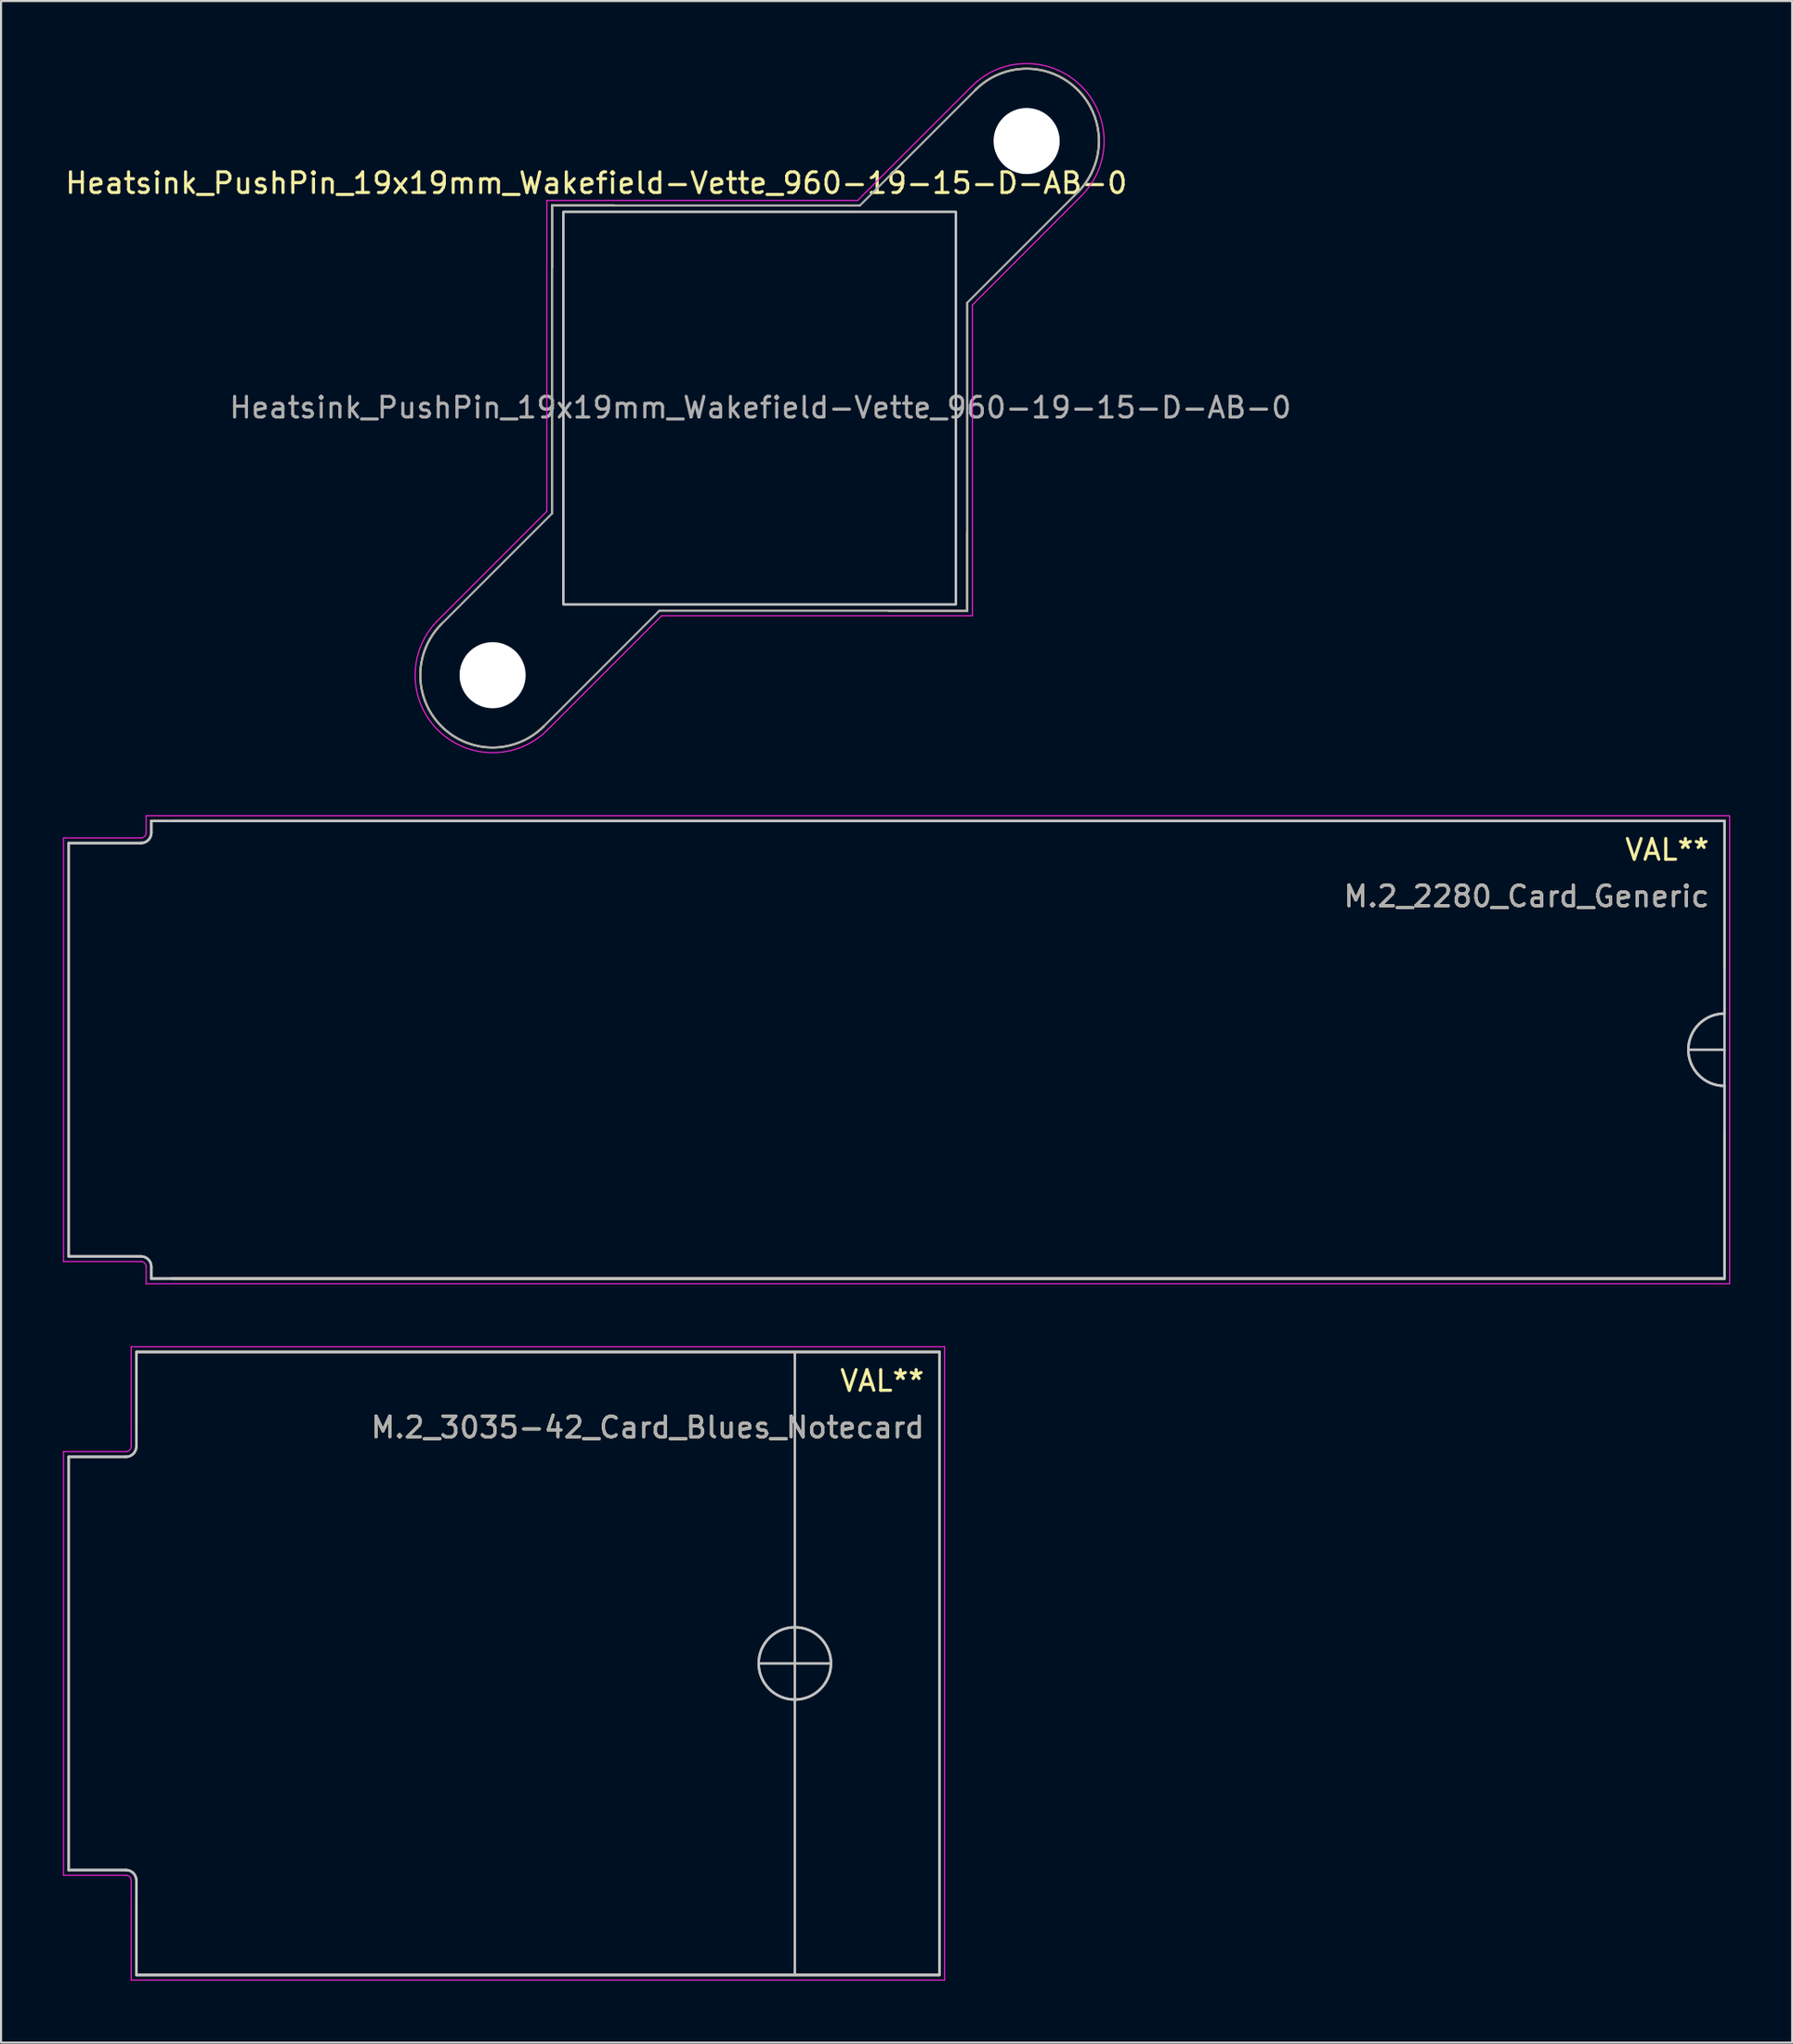
<source format=kicad_pcb>
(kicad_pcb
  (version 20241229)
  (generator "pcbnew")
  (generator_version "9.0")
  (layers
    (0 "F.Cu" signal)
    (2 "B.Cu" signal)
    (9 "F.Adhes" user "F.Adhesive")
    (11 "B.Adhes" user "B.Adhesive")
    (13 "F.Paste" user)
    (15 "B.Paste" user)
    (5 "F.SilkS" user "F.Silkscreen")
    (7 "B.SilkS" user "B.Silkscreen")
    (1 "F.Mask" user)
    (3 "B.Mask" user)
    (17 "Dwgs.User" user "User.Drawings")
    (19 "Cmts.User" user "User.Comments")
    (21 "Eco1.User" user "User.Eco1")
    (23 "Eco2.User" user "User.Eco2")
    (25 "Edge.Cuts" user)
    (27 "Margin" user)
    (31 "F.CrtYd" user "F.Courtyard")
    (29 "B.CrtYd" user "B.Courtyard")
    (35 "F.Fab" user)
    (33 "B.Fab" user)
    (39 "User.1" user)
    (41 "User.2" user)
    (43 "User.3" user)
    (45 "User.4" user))
  (footprint "M.2_2280_Card_Generic"
    (layer "F.Cu")
    (at 40.35 47.75)
    (property "Reference" "M.2_2280_Card_Generic" (at 39.425 -7.425 0) (unlocked yes) (layer "F.SilkS") (effects (font (size 1 1) (thickness 0.15)) (justify right)))
    (property "Value" "VAL**" (at 39.425 -9.675 0) (unlocked yes) (layer "F.Fab") (hide yes) (effects (font (size 1 1) (thickness 0.15)) (justify right)))
    (fp_line (start -35.075 -11.075) (end 40.075 -11.075) (stroke (width 0.12) (type default)) (layer "F.SilkS"))
    (fp_line (start -35.075 11.075) (end 40.075 11.075) (stroke (width 0.12) (type default)) (layer "F.SilkS"))
    (fp_line (start 40.075 -11.075) (end 40.075 -4) (stroke (width 0.12) (type default)) (layer "F.SilkS"))
    (fp_line (start 40.075 11.075) (end 40.075 4) (stroke (width 0.12) (type default)) (layer "F.SilkS"))
    (fp_line (start -40.075 -10) (end -40.075 10) (stroke (width 0.12) (type default)) (layer "Dwgs.User"))
    (fp_line (start -40.075 -10) (end -36.575 -10) (stroke (width 0.12) (type default)) (layer "Dwgs.User"))
    (fp_line (start -40.075 10) (end -36.575 10) (stroke (width 0.12) (type default)) (layer "Dwgs.User"))
    (fp_line (start -36.075 -11.075) (end 40.075 -11.075) (stroke (width 0.12) (type default)) (layer "Dwgs.User"))
    (fp_line (start -36.075 -10.5) (end -36.075 -11.075) (stroke (width 0.12) (type default)) (layer "Dwgs.User"))
    (fp_line (start -36.075 10.5) (end -36.075 11.075) (stroke (width 0.12) (type default)) (layer "Dwgs.User"))
    (fp_line (start -36.075 11.075) (end 40.075 11.075) (stroke (width 0.12) (type default)) (layer "Dwgs.User"))
    (fp_line (start 38.325 0) (end 40.075 0) (stroke (width 0.12) (type default)) (layer "Dwgs.User"))
    (fp_line (start 40.075 -11.075) (end 40.075 11.075) (stroke (width 0.12) (type default)) (layer "Dwgs.User"))
    (fp_arc (start -36.575 10) (mid -36.221447 10.146447) (end -36.075 10.5) (stroke (width 0.12) (type default)) (layer "Dwgs.User"))
    (fp_arc (start -36.075 -10.5) (mid -36.221447 -10.146447) (end -36.575 -10) (stroke (width 0.12) (type default)) (layer "Dwgs.User"))
    (fp_arc (start 40.075 1.75) (mid 38.325 0) (end 40.075 -1.75) (stroke (width 0.12) (type default)) (layer "Dwgs.User"))
    (fp_line (start -40.325 -10.25) (end -40.325 10.25) (stroke (width 0.05) (type default)) (layer "F.CrtYd"))
    (fp_line (start -36.575 -10.25) (end -40.325 -10.25) (stroke (width 0.05) (type default)) (layer "F.CrtYd"))
    (fp_line (start -36.575 10.25) (end -40.325 10.25) (stroke (width 0.05) (type default)) (layer "F.CrtYd"))
    (fp_line (start -36.325 -11.325) (end -36.325 -10.5) (stroke (width 0.05) (type default)) (layer "F.CrtYd"))
    (fp_line (start -36.325 11.325) (end -36.325 10.5) (stroke (width 0.05) (type default)) (layer "F.CrtYd"))
    (fp_line (start 40.325 -11.325) (end -36.325 -11.325) (stroke (width 0.05) (type default)) (layer "F.CrtYd"))
    (fp_line (start 40.325 -11.325) (end 40.325 11.325) (stroke (width 0.05) (type default)) (layer "F.CrtYd"))
    (fp_line (start 40.325 11.325) (end -36.325 11.325) (stroke (width 0.05) (type default)) (layer "F.CrtYd"))
    (fp_arc (start -36.575 10.25) (mid -36.398223 10.323223) (end -36.325 10.5) (stroke (width 0.05) (type default)) (layer "F.CrtYd"))
    (fp_arc (start -36.325 -10.5) (mid -36.398223 -10.323223) (end -36.575 -10.25) (stroke (width 0.05) (type default)) (layer "F.CrtYd"))
    (fp_line (start -40.075 -10) (end -40.075 10) (stroke (width 0.12) (type default)) (layer "F.Fab"))
    (fp_line (start -40.075 -10) (end -36.575 -10) (stroke (width 0.12) (type default)) (layer "F.Fab"))
    (fp_line (start -40.075 10) (end -36.575 10) (stroke (width 0.12) (type default)) (layer "F.Fab"))
    (fp_line (start -36.075 -11.075) (end 40.075 -11.075) (stroke (width 0.12) (type default)) (layer "F.Fab"))
    (fp_line (start -36.075 -10.5) (end -36.075 -11.075) (stroke (width 0.12) (type default)) (layer "F.Fab"))
    (fp_line (start -36.075 10.5) (end -36.075 11.075) (stroke (width 0.12) (type default)) (layer "F.Fab"))
    (fp_line (start -36.075 11.075) (end 40.075 11.075) (stroke (width 0.12) (type default)) (layer "F.Fab"))
    (fp_line (start 40.075 -11.075) (end 40.075 -1.75) (stroke (width 0.12) (type default)) (layer "F.Fab"))
    (fp_line (start 40.075 11.075) (end 40.075 1.75) (stroke (width 0.12) (type default)) (layer "F.Fab"))
    (fp_arc (start -36.575 10) (mid -36.221447 10.146447) (end -36.075 10.5) (stroke (width 0.12) (type default)) (layer "F.Fab"))
    (fp_arc (start -36.075 -10.5) (mid -36.221447 -10.146447) (end -36.575 -10) (stroke (width 0.12) (type default)) (layer "F.Fab"))
    (fp_arc (start 40.075 1.75) (mid 38.325 0) (end 40.075 -1.75) (stroke (width 0.12) (type default)) (layer "F.Fab"))
    (fp_text user "${VALUE}" (at 39.425 -9.675 0) (unlocked yes) (layer "F.SilkS") (effects (font (size 1 1) (thickness 0.15)) (justify right)))
    (fp_text user "${REFERENCE}" (at 39.425 -7.425 0) (unlocked yes) (layer "F.Fab") (effects (font (size 1 1) (thickness 0.15)) (justify right))))
  (footprint "Heatsink_PushPin_19x19mm_Wakefield-Vette_960-19-15-D-AB-0"
    (layer "F.Cu")
    (at 33.72 16.7)
    (property "Reference" "Heatsink_PushPin_19x19mm_Wakefield-Vette_960-19-15-D-AB-0" (at -7.905 -10.89 0) (unlocked yes) (layer "F.SilkS") (effects (font (size 1 1) (thickness 0.15))))
    (fp_line (start -10.05 -9.8) (end -10.05 -6.8) (stroke (width 0.1) (type default)) (layer "F.SilkS"))
    (fp_line (start -10.05 -9.8) (end -10.05 -6.8) (stroke (width 0.1) (type default)) (layer "F.SilkS"))
    (fp_line (start -10.05 -9.8) (end -7.05 -9.8) (stroke (width 0.1) (type default)) (layer "F.SilkS"))
    (fp_line (start -10.05 -9.8) (end -7.05 -9.8) (stroke (width 0.1) (type default)) (layer "F.SilkS"))
    (fp_line (start 10.05 9.8) (end 6.25 9.8) (stroke (width 0.1) (type default)) (layer "F.SilkS"))
    (fp_line (start 10.05 9.8) (end 6.25 9.8) (stroke (width 0.1) (type default)) (layer "F.SilkS"))
    (fp_line (start 10.05 9.8) (end 10.05 6) (stroke (width 0.1) (type default)) (layer "F.SilkS"))
    (fp_line (start 10.05 9.8) (end 10.05 6) (stroke (width 0.1) (type default)) (layer "F.SilkS"))
    (fp_arc (start -10.450126 15.399874) (mid -15.399874 15.399874) (end -15.399874 10.450126) (stroke (width 0.1) (type default)) (layer "F.SilkS"))
    (fp_arc (start 10.450126 -15.399874) (mid 15.399874 -15.399874) (end 15.399874 -10.450126) (stroke (width 0.1) (type default)) (layer "F.SilkS"))
    (fp_rect (start -9.5 9.5) (end 9.5 -9.5) (stroke (width 0.12) (type default)) (fill no) (layer "Dwgs.User"))
    (fp_line (start -15.577 10.273) (end -10.3 4.995) (stroke (width 0.05) (type default)) (layer "F.CrtYd"))
    (fp_line (start -10.3 4.995) (end -10.3 -10.05) (stroke (width 0.05) (type default)) (layer "F.CrtYd"))
    (fp_line (start -4.745 10.05) (end -10.273 15.577) (stroke (width 0.05) (type default)) (layer "F.CrtYd"))
    (fp_line (start 4.745 -10.05) (end -10.3 -10.05) (stroke (width 0.05) (type default)) (layer "F.CrtYd"))
    (fp_line (start 10.273 -15.577) (end 4.745 -10.05) (stroke (width 0.05) (type default)) (layer "F.CrtYd"))
    (fp_line (start 10.3 -4.995) (end 15.577 -10.273) (stroke (width 0.05) (type default)) (layer "F.CrtYd"))
    (fp_line (start 10.3 10.05) (end -4.745 10.05) (stroke (width 0.05) (type default)) (layer "F.CrtYd"))
    (fp_line (start 10.3 10.05) (end 10.3 -4.995) (stroke (width 0.05) (type default)) (layer "F.CrtYd"))
    (fp_arc (start -10.27335 15.57665) (mid -15.57665 15.57665) (end -15.57665 10.27335) (stroke (width 0.05) (type default)) (layer "F.CrtYd"))
    (fp_arc (start 10.27335 -15.57665) (mid 15.57665 -15.57665) (end 15.57665 -10.27335) (stroke (width 0.05) (type default)) (layer "F.CrtYd"))
    (fp_line (start -10.05 -9.8) (end -10.05 5.1) (stroke (width 0.1) (type default)) (layer "F.Fab"))
    (fp_line (start -10.05 -9.8) (end -10.05 5.1) (stroke (width 0.1) (type default)) (layer "F.Fab"))
    (fp_line (start -10.05 -9.8) (end 4.85 -9.8) (stroke (width 0.1) (type default)) (layer "F.Fab"))
    (fp_line (start -10.05 -9.8) (end 4.85 -9.8) (stroke (width 0.1) (type default)) (layer "F.Fab"))
    (fp_line (start -10.05 5.1) (end -15.4 10.45) (stroke (width 0.1) (type default)) (layer "F.Fab"))
    (fp_line (start -4.85 9.8) (end -10.45 15.4) (stroke (width 0.1) (type default)) (layer "F.Fab"))
    (fp_line (start 10.05 9.8) (end -4.85 9.8) (stroke (width 0.1) (type default)) (layer "F.Fab"))
    (fp_line (start 10.05 9.8) (end -4.85 9.8) (stroke (width 0.1) (type default)) (layer "F.Fab"))
    (fp_line (start 10.05 9.8) (end 10.05 -5.1) (stroke (width 0.1) (type default)) (layer "F.Fab"))
    (fp_line (start 10.05 9.8) (end 10.05 -5.1) (stroke (width 0.1) (type default)) (layer "F.Fab"))
    (fp_line (start 10.45 -15.4) (end 4.85 -9.8) (stroke (width 0.1) (type default)) (layer "F.Fab"))
    (fp_line (start 15.4 -10.45) (end 10.05 -5.1) (stroke (width 0.1) (type default)) (layer "F.Fab"))
    (fp_arc (start -10.450126 15.399874) (mid -15.399874 15.399874) (end -15.399874 10.450126) (stroke (width 0.1) (type default)) (layer "F.Fab"))
    (fp_arc (start 10.450126 -15.399874) (mid 15.399874 -15.399874) (end 15.399874 -10.450126) (stroke (width 0.1) (type default)) (layer "F.Fab"))
    (fp_text user "${REFERENCE}" (at 0.04 -0.025 0) (unlocked yes) (layer "F.Fab") (effects (font (size 1 1) (thickness 0.15))))
    (pad "" np_thru_hole circle (at -12.925 12.925) (size 3.2 3.2) (drill 3.2) (layers "*.Cu" "*.Mask"))
    (pad "" np_thru_hole circle (at 12.925 -12.925) (size 3.2 3.2) (drill 3.2) (layers "*.Cu" "*.Mask")))
  (footprint "M.2_3035-42_Card_Blues_Notecard"
    (layer "F.Cu")
    (at 17.85 77.45)
    (property "Reference" "M.2_3035-42_Card_Blues_Notecard" (at 23.925 -11.425 0) (unlocked yes) (layer "F.SilkS") (effects (font (size 1 1) (thickness 0.15)) (justify right)))
    (property "Value" "VAL**" (at 23.925 -13.675 0) (unlocked yes) (layer "F.Fab") (hide yes) (effects (font (size 1 1) (thickness 0.15)) (justify right)))
    (fp_line (start -14.3 -15.075) (end 24.575 -15.075) (stroke (width 0.12) (type default)) (layer "F.SilkS"))
    (fp_line (start -14.3 -11.475) (end -14.3 -15.075) (stroke (width 0.12) (type default)) (layer "F.SilkS"))
    (fp_line (start -14.3 15.075) (end -14.3 11.475) (stroke (width 0.12) (type default)) (layer "F.SilkS"))
    (fp_line (start -14.3 15.075) (end 24.575 15.075) (stroke (width 0.12) (type default)) (layer "F.SilkS"))
    (fp_line (start 24.575 15.075) (end 24.575 -15.075) (stroke (width 0.12) (type default)) (layer "F.SilkS"))
    (fp_line (start -17.575 -10) (end -17.575 10) (stroke (width 0.12) (type default)) (layer "Dwgs.User"))
    (fp_line (start -17.575 -10) (end -14.8 -10) (stroke (width 0.12) (type default)) (layer "Dwgs.User"))
    (fp_line (start -17.575 10) (end -14.8 10) (stroke (width 0.12) (type default)) (layer "Dwgs.User"))
    (fp_line (start -14.3 -15.075) (end 24.575 -15.075) (stroke (width 0.12) (type default)) (layer "Dwgs.User"))
    (fp_line (start -14.3 -10.5) (end -14.3 -15.075) (stroke (width 0.12) (type default)) (layer "Dwgs.User"))
    (fp_line (start -14.3 10.5) (end -14.3 15.075) (stroke (width 0.12) (type default)) (layer "Dwgs.User"))
    (fp_line (start -14.3 15.075) (end 24.575 15.075) (stroke (width 0.12) (type default)) (layer "Dwgs.User"))
    (fp_line (start 15.825 0) (end 19.325 0) (stroke (width 0.12) (type default)) (layer "Dwgs.User"))
    (fp_line (start 17.575 15.075) (end 17.575 -15.075) (stroke (width 0.12) (type default)) (layer "Dwgs.User"))
    (fp_line (start 24.575 -15.075) (end 24.575 15.075) (stroke (width 0.12) (type default)) (layer "Dwgs.User"))
    (fp_arc (start -14.8 10) (mid -14.446447 10.146447) (end -14.3 10.5) (stroke (width 0.12) (type default)) (layer "Dwgs.User"))
    (fp_arc (start -14.3 -10.5) (mid -14.446447 -10.146447) (end -14.8 -10) (stroke (width 0.12) (type default)) (layer "Dwgs.User"))
    (fp_circle (center 17.575 0) (end 19.325 0) (stroke (width 0.12) (type default)) (fill no) (layer "Dwgs.User"))
    (fp_line (start -17.825 -10.25) (end -17.825 10.25) (stroke (width 0.05) (type default)) (layer "F.CrtYd"))
    (fp_line (start -14.8 -10.25) (end -17.825 -10.25) (stroke (width 0.05) (type default)) (layer "F.CrtYd"))
    (fp_line (start -14.8 10.25) (end -17.825 10.25) (stroke (width 0.05) (type default)) (layer "F.CrtYd"))
    (fp_line (start -14.55 -15.325) (end -14.55 -10.5) (stroke (width 0.05) (type default)) (layer "F.CrtYd"))
    (fp_line (start -14.55 15.325) (end -14.55 10.5) (stroke (width 0.05) (type default)) (layer "F.CrtYd"))
    (fp_line (start 24.825 -15.325) (end -14.55 -15.325) (stroke (width 0.05) (type default)) (layer "F.CrtYd"))
    (fp_line (start 24.825 -15.325) (end 24.825 15.325) (stroke (width 0.05) (type default)) (layer "F.CrtYd"))
    (fp_line (start 24.825 15.325) (end -14.55 15.325) (stroke (width 0.05) (type default)) (layer "F.CrtYd"))
    (fp_arc (start -14.8 10.25) (mid -14.623223 10.323223) (end -14.55 10.5) (stroke (width 0.05) (type default)) (layer "F.CrtYd"))
    (fp_arc (start -14.55 -10.5) (mid -14.623223 -10.323223) (end -14.8 -10.25) (stroke (width 0.05) (type default)) (layer "F.CrtYd"))
    (fp_line (start -17.575 -10) (end -17.575 10) (stroke (width 0.12) (type default)) (layer "F.Fab"))
    (fp_line (start -17.575 -10) (end -14.8 -10) (stroke (width 0.12) (type default)) (layer "F.Fab"))
    (fp_line (start -17.575 10) (end -14.8 10) (stroke (width 0.12) (type default)) (layer "F.Fab"))
    (fp_line (start -14.3 -15.075) (end 24.575 -15.075) (stroke (width 0.12) (type default)) (layer "F.Fab"))
    (fp_line (start -14.3 -10.5) (end -14.3 -15.075) (stroke (width 0.12) (type default)) (layer "F.Fab"))
    (fp_line (start -14.3 10.5) (end -14.3 15.075) (stroke (width 0.12) (type default)) (layer "F.Fab"))
    (fp_line (start -14.3 15.075) (end 24.575 15.075) (stroke (width 0.12) (type default)) (layer "F.Fab"))
    (fp_line (start 24.575 15.075) (end 24.575 -15.075) (stroke (width 0.12) (type default)) (layer "F.Fab"))
    (fp_arc (start -14.8 10) (mid -14.446447 10.146447) (end -14.3 10.5) (stroke (width 0.12) (type default)) (layer "F.Fab"))
    (fp_arc (start -14.3 -10.5) (mid -14.446447 -10.146447) (end -14.8 -10) (stroke (width 0.12) (type default)) (layer "F.Fab"))
    (fp_circle (center 17.575 0) (end 19.325 0) (stroke (width 0.12) (type default)) (fill no) (layer "F.Fab"))
    (fp_text user "${VALUE}" (at 23.925 -13.675 0) (unlocked yes) (layer "F.SilkS") (effects (font (size 1 1) (thickness 0.15)) (justify right)))
    (fp_text user "${REFERENCE}" (at 23.925 -11.425 0) (unlocked yes) (layer "F.Fab") (effects (font (size 1 1) (thickness 0.15)) (justify right))))
  (gr_rect
    (start -3 -3)
    (end 83.7 95.8)
    (stroke (width 0.1) (type default))
    (fill no)
    (layer "Edge.Cuts")))
</source>
